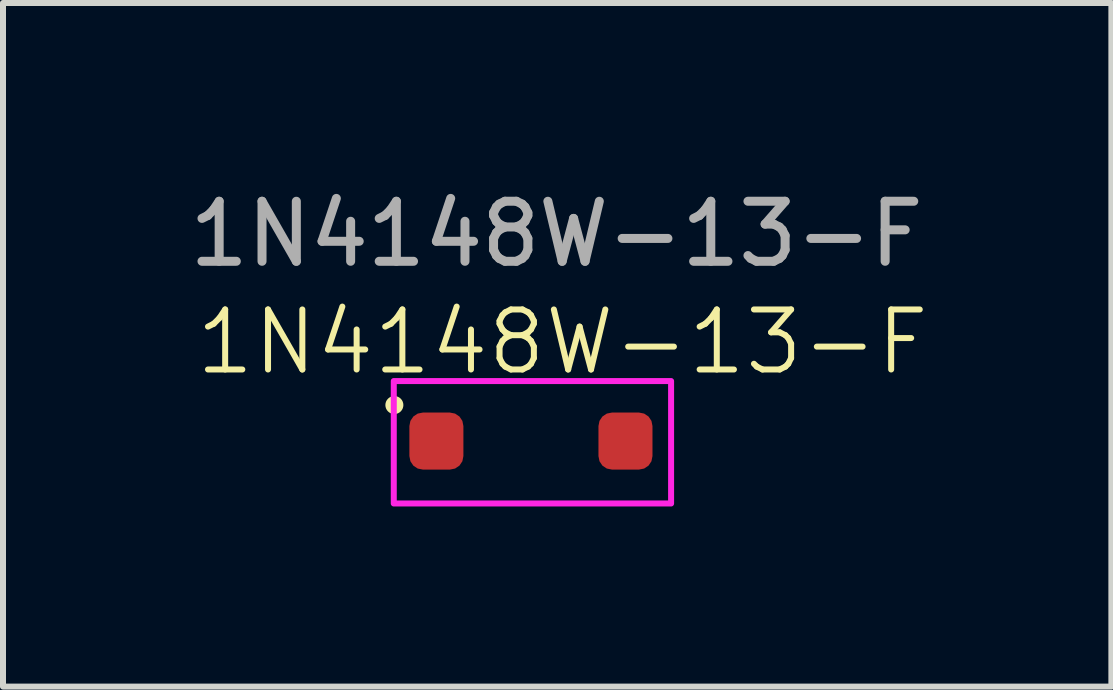
<source format=kicad_pcb>
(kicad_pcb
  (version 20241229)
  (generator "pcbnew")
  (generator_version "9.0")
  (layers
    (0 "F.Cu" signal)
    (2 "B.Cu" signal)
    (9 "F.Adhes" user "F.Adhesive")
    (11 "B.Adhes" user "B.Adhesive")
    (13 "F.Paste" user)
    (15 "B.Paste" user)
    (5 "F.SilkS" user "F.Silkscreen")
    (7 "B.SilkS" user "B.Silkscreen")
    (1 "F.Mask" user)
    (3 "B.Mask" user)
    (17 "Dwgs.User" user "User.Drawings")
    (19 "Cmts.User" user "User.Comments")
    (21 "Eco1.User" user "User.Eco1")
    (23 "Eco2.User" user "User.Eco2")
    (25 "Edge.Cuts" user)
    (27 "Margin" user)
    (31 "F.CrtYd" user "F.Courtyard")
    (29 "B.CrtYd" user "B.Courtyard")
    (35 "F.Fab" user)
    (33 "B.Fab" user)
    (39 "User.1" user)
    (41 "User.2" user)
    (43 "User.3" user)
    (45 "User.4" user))
  (footprint "1N4148W-13-F"
    (layer "F.Cu")
    (at 4.22 4.298)
    (property "Reference" "1N4148W-13-F" (at 2.1 -1.65 0) (unlocked yes) (layer "F.SilkS") (effects (font (size 1 1) (thickness 0.1))))
    (attr smd)
    (fp_circle (center -0.7 -0.6) (end -0.6 -0.6) (stroke (width 0.1) (type solid)) (fill yes) (layer "F.SilkS"))
    (fp_rect (start -0.71 -1) (end 3.91 1.04) (stroke (width 0.1) (type default)) (fill no) (layer "F.CrtYd"))
    (fp_text user "${REFERENCE}" (at 2 -3.45 0) (unlocked yes) (layer "F.Fab") (effects (font (size 1 1) (thickness 0.15))))
    (pad "1" smd roundrect (at 0 0) (size 0.9 0.95) (layers "F.Cu" "F.Mask" "F.Paste") (roundrect_rratio 0.25))
    (pad "2" smd roundrect (at 3.15 0) (size 0.9 0.95) (layers "F.Cu" "F.Mask" "F.Paste") (roundrect_rratio 0.25)))
  (gr_rect
    (start -3 -3)
    (end 15.465 8.388)
    (stroke (width 0.1) (type default))
    (fill no)
    (layer "Edge.Cuts")))
</source>
